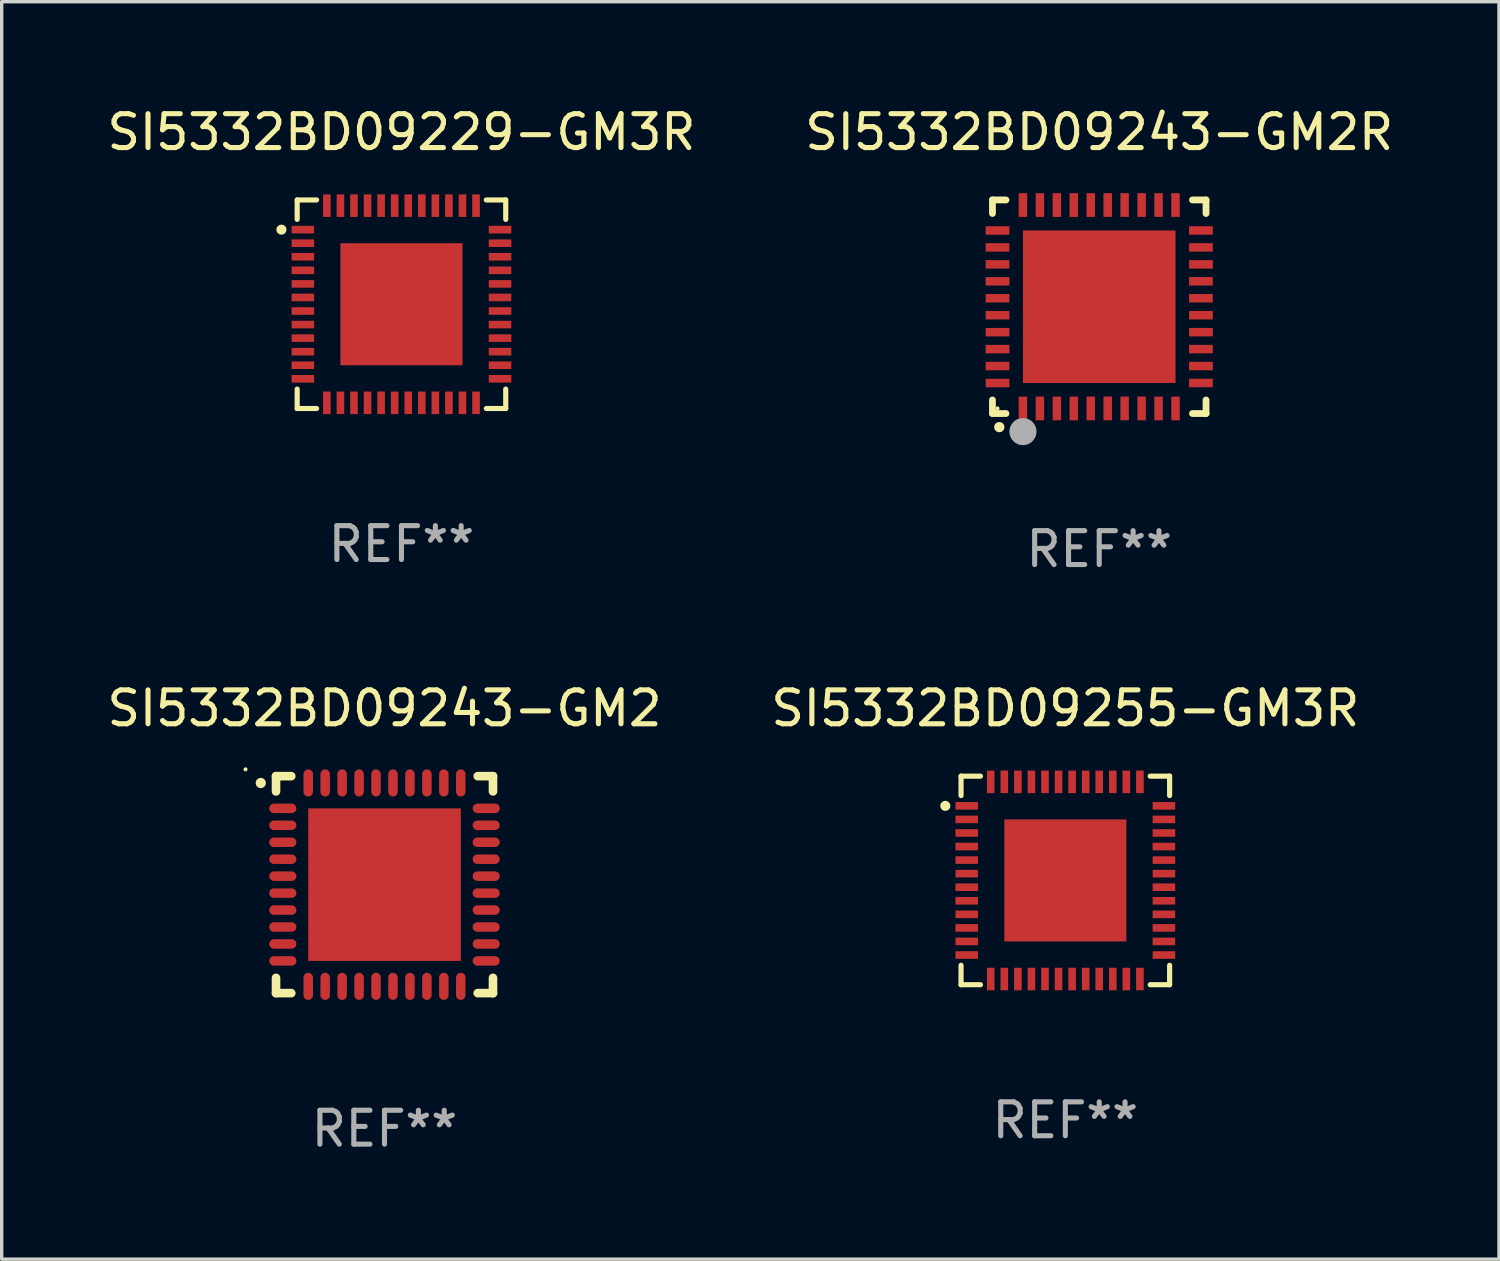
<source format=kicad_pcb>
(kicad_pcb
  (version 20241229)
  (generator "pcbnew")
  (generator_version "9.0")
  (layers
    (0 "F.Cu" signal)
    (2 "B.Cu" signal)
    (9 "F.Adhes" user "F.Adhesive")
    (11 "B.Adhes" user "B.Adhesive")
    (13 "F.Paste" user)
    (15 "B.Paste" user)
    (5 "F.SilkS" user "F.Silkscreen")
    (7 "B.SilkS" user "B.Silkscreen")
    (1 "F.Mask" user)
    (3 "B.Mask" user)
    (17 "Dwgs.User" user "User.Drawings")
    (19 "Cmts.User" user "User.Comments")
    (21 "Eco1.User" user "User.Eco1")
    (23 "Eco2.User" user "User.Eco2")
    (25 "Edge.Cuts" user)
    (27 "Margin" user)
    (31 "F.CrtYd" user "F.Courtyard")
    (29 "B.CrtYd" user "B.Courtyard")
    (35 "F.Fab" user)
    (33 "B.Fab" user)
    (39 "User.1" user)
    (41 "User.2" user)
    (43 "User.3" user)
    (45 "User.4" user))
  (footprint "SI5332BD09229-GM3R"
    (layer "F.Cu")
    (at 8.792 5.924)
    (property "Reference" "SI5332BD09229-GM3R" (at 0 -5.076 0) (layer "F.SilkS") (effects (font (size 1 1) (thickness 0.15))))
    (attr through_hole)
    (fp_line (start -3.076 -3.076) (end -3.076 -2.503) (stroke (width 0.152) (type solid)) (layer "F.SilkS"))
    (fp_line (start -3.076 3.076) (end -3.076 2.503) (stroke (width 0.152) (type solid)) (layer "F.SilkS"))
    (fp_line (start -2.503 -3.076) (end -3.076 -3.076) (stroke (width 0.152) (type solid)) (layer "F.SilkS"))
    (fp_line (start -2.503 3.076) (end -3.076 3.076) (stroke (width 0.152) (type solid)) (layer "F.SilkS"))
    (fp_line (start 2.503 -3.076) (end 3.076 -3.076) (stroke (width 0.152) (type solid)) (layer "F.SilkS"))
    (fp_line (start 2.503 3.076) (end 3.076 3.076) (stroke (width 0.152) (type solid)) (layer "F.SilkS"))
    (fp_line (start 3.076 -3.076) (end 3.076 -2.503) (stroke (width 0.152) (type solid)) (layer "F.SilkS"))
    (fp_line (start 3.076 3.076) (end 3.076 2.503) (stroke (width 0.152) (type solid)) (layer "F.SilkS"))
    (fp_circle (center -3.54 -2.2) (end -3.465 -2.2) (stroke (width 0.15) (type solid)) (fill no) (layer "F.SilkS"))
    (fp_text user "REF**" (at 0 7.076 0) (layer "F.Fab") (effects (font (size 1 1) (thickness 0.15))))
    (pad "1" smd rect (at -2.908 -2.2) (size 0.665 0.224) (layers "F.Cu" "F.Mask" "F.Paste"))
    (pad "2" smd rect (at -2.908 -1.8) (size 0.665 0.224) (layers "F.Cu" "F.Mask" "F.Paste"))
    (pad "3" smd rect (at -2.908 -1.4) (size 0.665 0.224) (layers "F.Cu" "F.Mask" "F.Paste"))
    (pad "4" smd rect (at -2.908 -1) (size 0.665 0.224) (layers "F.Cu" "F.Mask" "F.Paste"))
    (pad "5" smd rect (at -2.908 -0.6) (size 0.665 0.224) (layers "F.Cu" "F.Mask" "F.Paste"))
    (pad "6" smd rect (at -2.908 -0.2) (size 0.665 0.224) (layers "F.Cu" "F.Mask" "F.Paste"))
    (pad "7" smd rect (at -2.908 0.2) (size 0.665 0.224) (layers "F.Cu" "F.Mask" "F.Paste"))
    (pad "8" smd rect (at -2.908 0.6) (size 0.665 0.224) (layers "F.Cu" "F.Mask" "F.Paste"))
    (pad "9" smd rect (at -2.908 1) (size 0.665 0.224) (layers "F.Cu" "F.Mask" "F.Paste"))
    (pad "10" smd rect (at -2.908 1.4) (size 0.665 0.224) (layers "F.Cu" "F.Mask" "F.Paste"))
    (pad "11" smd rect (at -2.908 1.8) (size 0.665 0.224) (layers "F.Cu" "F.Mask" "F.Paste"))
    (pad "12" smd rect (at -2.908 2.2) (size 0.665 0.224) (layers "F.Cu" "F.Mask" "F.Paste"))
    (pad "13" smd rect (at -2.2 2.908) (size 0.224 0.665) (layers "F.Cu" "F.Mask" "F.Paste"))
    (pad "14" smd rect (at -1.8 2.908) (size 0.224 0.665) (layers "F.Cu" "F.Mask" "F.Paste"))
    (pad "15" smd rect (at -1.4 2.908) (size 0.224 0.665) (layers "F.Cu" "F.Mask" "F.Paste"))
    (pad "16" smd rect (at -1 2.908) (size 0.224 0.665) (layers "F.Cu" "F.Mask" "F.Paste"))
    (pad "17" smd rect (at -0.6 2.908) (size 0.224 0.665) (layers "F.Cu" "F.Mask" "F.Paste"))
    (pad "18" smd rect (at -0.2 2.908) (size 0.224 0.665) (layers "F.Cu" "F.Mask" "F.Paste"))
    (pad "19" smd rect (at 0.2 2.908) (size 0.224 0.665) (layers "F.Cu" "F.Mask" "F.Paste"))
    (pad "20" smd rect (at 0.6 2.908) (size 0.224 0.665) (layers "F.Cu" "F.Mask" "F.Paste"))
    (pad "21" smd rect (at 1 2.908) (size 0.224 0.665) (layers "F.Cu" "F.Mask" "F.Paste"))
    (pad "22" smd rect (at 1.4 2.908) (size 0.224 0.665) (layers "F.Cu" "F.Mask" "F.Paste"))
    (pad "23" smd rect (at 1.8 2.908) (size 0.224 0.665) (layers "F.Cu" "F.Mask" "F.Paste"))
    (pad "24" smd rect (at 2.2 2.908) (size 0.224 0.665) (layers "F.Cu" "F.Mask" "F.Paste"))
    (pad "25" smd rect (at 2.908 2.2) (size 0.665 0.224) (layers "F.Cu" "F.Mask" "F.Paste"))
    (pad "26" smd rect (at 2.908 1.8) (size 0.665 0.224) (layers "F.Cu" "F.Mask" "F.Paste"))
    (pad "27" smd rect (at 2.908 1.4) (size 0.665 0.224) (layers "F.Cu" "F.Mask" "F.Paste"))
    (pad "28" smd rect (at 2.908 1) (size 0.665 0.224) (layers "F.Cu" "F.Mask" "F.Paste"))
    (pad "29" smd rect (at 2.908 0.6) (size 0.665 0.224) (layers "F.Cu" "F.Mask" "F.Paste"))
    (pad "30" smd rect (at 2.908 0.2) (size 0.665 0.224) (layers "F.Cu" "F.Mask" "F.Paste"))
    (pad "31" smd rect (at 2.908 -0.2) (size 0.665 0.224) (layers "F.Cu" "F.Mask" "F.Paste"))
    (pad "32" smd rect (at 2.908 -0.6) (size 0.665 0.224) (layers "F.Cu" "F.Mask" "F.Paste"))
    (pad "33" smd rect (at 2.908 -1) (size 0.665 0.224) (layers "F.Cu" "F.Mask" "F.Paste"))
    (pad "34" smd rect (at 2.908 -1.4) (size 0.665 0.224) (layers "F.Cu" "F.Mask" "F.Paste"))
    (pad "35" smd rect (at 2.908 -1.8) (size 0.665 0.224) (layers "F.Cu" "F.Mask" "F.Paste"))
    (pad "36" smd rect (at 2.908 -2.2) (size 0.665 0.224) (layers "F.Cu" "F.Mask" "F.Paste"))
    (pad "37" smd rect (at 2.2 -2.908) (size 0.224 0.665) (layers "F.Cu" "F.Mask" "F.Paste"))
    (pad "38" smd rect (at 1.8 -2.908) (size 0.224 0.665) (layers "F.Cu" "F.Mask" "F.Paste"))
    (pad "39" smd rect (at 1.4 -2.908) (size 0.224 0.665) (layers "F.Cu" "F.Mask" "F.Paste"))
    (pad "40" smd rect (at 1 -2.908) (size 0.224 0.665) (layers "F.Cu" "F.Mask" "F.Paste"))
    (pad "41" smd rect (at 0.6 -2.908) (size 0.224 0.665) (layers "F.Cu" "F.Mask" "F.Paste"))
    (pad "42" smd rect (at 0.2 -2.908) (size 0.224 0.665) (layers "F.Cu" "F.Mask" "F.Paste"))
    (pad "43" smd rect (at -0.2 -2.908) (size 0.224 0.665) (layers "F.Cu" "F.Mask" "F.Paste"))
    (pad "44" smd rect (at -0.6 -2.908) (size 0.224 0.665) (layers "F.Cu" "F.Mask" "F.Paste"))
    (pad "45" smd rect (at -1 -2.908) (size 0.224 0.665) (layers "F.Cu" "F.Mask" "F.Paste"))
    (pad "46" smd rect (at -1.4 -2.908) (size 0.224 0.665) (layers "F.Cu" "F.Mask" "F.Paste"))
    (pad "47" smd rect (at -1.8 -2.908) (size 0.224 0.665) (layers "F.Cu" "F.Mask" "F.Paste"))
    (pad "48" smd rect (at -2.2 -2.908) (size 0.224 0.665) (layers "F.Cu" "F.Mask" "F.Paste"))
    (pad "49" smd rect (at 0 0) (size 3.6 3.6) (layers "F.Cu" "F.Mask" "F.Paste")))
  (footprint "SI5332BD09243-GM2R"
    (layer "F.Cu")
    (at 29.375 5.998)
    (property "Reference" "SI5332BD09243-GM2R" (at 0 -5.15 0) (layer "F.SilkS") (effects (font (size 1 1) (thickness 0.15))))
    (attr through_hole)
    (fp_line (start -3.15 -3.15) (end -2.75 -3.15) (stroke (width 0.2) (type solid)) (layer "F.SilkS"))
    (fp_line (start -3.15 -2.75) (end -3.15 -3.15) (stroke (width 0.2) (type solid)) (layer "F.SilkS"))
    (fp_line (start -3.15 3.15) (end -3.15 2.75) (stroke (width 0.2) (type solid)) (layer "F.SilkS"))
    (fp_line (start -2.75 3.15) (end -3.15 3.15) (stroke (width 0.2) (type solid)) (layer "F.SilkS"))
    (fp_line (start 3.15 -3.15) (end 2.75 -3.15) (stroke (width 0.2) (type solid)) (layer "F.SilkS"))
    (fp_line (start 3.15 -2.75) (end 3.15 -3.15) (stroke (width 0.2) (type solid)) (layer "F.SilkS"))
    (fp_line (start 3.15 2.75) (end 3.15 3.15) (stroke (width 0.2) (type solid)) (layer "F.SilkS"))
    (fp_line (start 3.15 3.15) (end 2.75 3.15) (stroke (width 0.2) (type solid)) (layer "F.SilkS"))
    (fp_arc (start -2.94892 3.550927) (mid -2.94765 3.550922) (end -2.94638 3.550927) (stroke (width 0.3) (type solid)) (layer "F.SilkS"))
    (fp_circle (center -3 3) (end -2.97 3) (stroke (width 0.06) (type solid)) (fill no) (layer "F.SilkS"))
    (fp_circle (center -2.25 3.683) (end -2.05 3.683) (stroke (width 0.4) (type solid)) (fill no) (layer "F.Fab"))
    (fp_text user "REF**" (at 0 7.15 0) (layer "F.Fab") (effects (font (size 1 1) (thickness 0.15))))
    (pad "1" smd rect (at -2.25 3 180) (size 0.25 0.7) (layers "F.Cu" "F.Mask" "F.Paste"))
    (pad "2" smd rect (at -1.75 3 180) (size 0.25 0.7) (layers "F.Cu" "F.Mask" "F.Paste"))
    (pad "3" smd rect (at -1.25 3 180) (size 0.25 0.7) (layers "F.Cu" "F.Mask" "F.Paste"))
    (pad "4" smd rect (at -0.75 3 180) (size 0.25 0.7) (layers "F.Cu" "F.Mask" "F.Paste"))
    (pad "5" smd rect (at -0.25 3 180) (size 0.25 0.7) (layers "F.Cu" "F.Mask" "F.Paste"))
    (pad "6" smd rect (at 0.25 3 180) (size 0.25 0.7) (layers "F.Cu" "F.Mask" "F.Paste"))
    (pad "7" smd rect (at 0.75 3 180) (size 0.25 0.7) (layers "F.Cu" "F.Mask" "F.Paste"))
    (pad "8" smd rect (at 1.25 3 180) (size 0.25 0.7) (layers "F.Cu" "F.Mask" "F.Paste"))
    (pad "9" smd rect (at 1.75 3 180) (size 0.25 0.7) (layers "F.Cu" "F.Mask" "F.Paste"))
    (pad "10" smd rect (at 2.25 3 180) (size 0.25 0.7) (layers "F.Cu" "F.Mask" "F.Paste"))
    (pad "11" smd rect (at 3 2.25 90) (size 0.25 0.7) (layers "F.Cu" "F.Mask" "F.Paste"))
    (pad "12" smd rect (at 3 1.75 90) (size 0.25 0.7) (layers "F.Cu" "F.Mask" "F.Paste"))
    (pad "13" smd rect (at 3 1.25 90) (size 0.25 0.7) (layers "F.Cu" "F.Mask" "F.Paste"))
    (pad "14" smd rect (at 3 0.75 90) (size 0.25 0.7) (layers "F.Cu" "F.Mask" "F.Paste"))
    (pad "15" smd rect (at 3 0.25 90) (size 0.25 0.7) (layers "F.Cu" "F.Mask" "F.Paste"))
    (pad "16" smd rect (at 3 -0.25 90) (size 0.25 0.7) (layers "F.Cu" "F.Mask" "F.Paste"))
    (pad "17" smd rect (at 3 -0.75 90) (size 0.25 0.7) (layers "F.Cu" "F.Mask" "F.Paste"))
    (pad "18" smd rect (at 3 -1.25 90) (size 0.25 0.7) (layers "F.Cu" "F.Mask" "F.Paste"))
    (pad "19" smd rect (at 3 -1.75 90) (size 0.25 0.7) (layers "F.Cu" "F.Mask" "F.Paste"))
    (pad "20" smd rect (at 3 -2.25 90) (size 0.25 0.7) (layers "F.Cu" "F.Mask" "F.Paste"))
    (pad "21" smd rect (at 2.25 -3 180) (size 0.25 0.7) (layers "F.Cu" "F.Mask" "F.Paste"))
    (pad "22" smd rect (at 1.75 -3 180) (size 0.25 0.7) (layers "F.Cu" "F.Mask" "F.Paste"))
    (pad "23" smd rect (at 1.25 -3 180) (size 0.25 0.7) (layers "F.Cu" "F.Mask" "F.Paste"))
    (pad "24" smd rect (at 0.75 -3 180) (size 0.25 0.7) (layers "F.Cu" "F.Mask" "F.Paste"))
    (pad "25" smd rect (at 0.25 -3 180) (size 0.25 0.7) (layers "F.Cu" "F.Mask" "F.Paste"))
    (pad "26" smd rect (at -0.25 -3 180) (size 0.25 0.7) (layers "F.Cu" "F.Mask" "F.Paste"))
    (pad "27" smd rect (at -0.75 -3 180) (size 0.25 0.7) (layers "F.Cu" "F.Mask" "F.Paste"))
    (pad "28" smd rect (at -1.25 -3 180) (size 0.25 0.7) (layers "F.Cu" "F.Mask" "F.Paste"))
    (pad "29" smd rect (at -1.75 -3 180) (size 0.25 0.7) (layers "F.Cu" "F.Mask" "F.Paste"))
    (pad "30" smd rect (at -2.25 -3 180) (size 0.25 0.7) (layers "F.Cu" "F.Mask" "F.Paste"))
    (pad "31" smd rect (at -3 -2.25 90) (size 0.25 0.7) (layers "F.Cu" "F.Mask" "F.Paste"))
    (pad "32" smd rect (at -3 -1.75 90) (size 0.25 0.7) (layers "F.Cu" "F.Mask" "F.Paste"))
    (pad "33" smd rect (at -3 -1.25 90) (size 0.25 0.7) (layers "F.Cu" "F.Mask" "F.Paste"))
    (pad "34" smd rect (at -3 -0.75 90) (size 0.25 0.7) (layers "F.Cu" "F.Mask" "F.Paste"))
    (pad "35" smd rect (at -3 -0.25 90) (size 0.25 0.7) (layers "F.Cu" "F.Mask" "F.Paste"))
    (pad "36" smd rect (at -3 0.25 90) (size 0.25 0.7) (layers "F.Cu" "F.Mask" "F.Paste"))
    (pad "37" smd rect (at -3 0.75 90) (size 0.25 0.7) (layers "F.Cu" "F.Mask" "F.Paste"))
    (pad "38" smd rect (at -3 1.25 90) (size 0.25 0.7) (layers "F.Cu" "F.Mask" "F.Paste"))
    (pad "39" smd rect (at -3 1.75 90) (size 0.25 0.7) (layers "F.Cu" "F.Mask" "F.Paste"))
    (pad "40" smd rect (at -3 2.25 90) (size 0.25 0.7) (layers "F.Cu" "F.Mask" "F.Paste"))
    (pad "41" smd rect (at 0.000102 0.000076 90) (size 4.5 4.5) (layers "F.Cu" "F.Mask" "F.Paste")))
  (footprint "SI5332BD09243-GM2"
    (layer "F.Cu")
    (at 8.292 23.045)
    (property "Reference" "SI5332BD09243-GM2" (at 0 -5.2 0) (layer "F.SilkS") (effects (font (size 1 1) (thickness 0.15))))
    (attr through_hole)
    (fp_line (start -3.2 -3.2) (end -2.75 -3.2) (stroke (width 0.254) (type solid)) (layer "F.SilkS"))
    (fp_line (start -3.2 -2.75) (end -3.2 -3.2) (stroke (width 0.254) (type solid)) (layer "F.SilkS"))
    (fp_line (start -3.2 3.2) (end -3.2 2.75) (stroke (width 0.254) (type solid)) (layer "F.SilkS"))
    (fp_line (start -2.75 3.2) (end -3.2 3.2) (stroke (width 0.254) (type solid)) (layer "F.SilkS"))
    (fp_line (start 2.75 3.2) (end 3.2 3.2) (stroke (width 0.254) (type solid)) (layer "F.SilkS"))
    (fp_line (start 3.2 -3.2) (end 2.75 -3.2) (stroke (width 0.254) (type solid)) (layer "F.SilkS"))
    (fp_line (start 3.2 -2.75) (end 3.2 -3.2) (stroke (width 0.254) (type solid)) (layer "F.SilkS"))
    (fp_line (start 3.2 3.2) (end 3.2 2.75) (stroke (width 0.254) (type solid)) (layer "F.SilkS"))
    (fp_arc (start -3.649987 -2.997206) (mid -3.649992 -2.998476) (end -3.649987 -2.999746) (stroke (width 0.3) (type solid)) (layer "F.SilkS"))
    (fp_circle (center -4.1 -3.4) (end -4.07 -3.4) (stroke (width 0.06) (type solid)) (fill no) (layer "F.SilkS"))
    (fp_text user "REF**" (at 0 7.2 0) (layer "F.Fab") (effects (font (size 1 1) (thickness 0.15))))
    (pad "1" smd oval (at -3 -2.25 90) (size 0.28 0.8) (layers "F.Cu" "F.Mask" "F.Paste"))
    (pad "2" smd oval (at -3 -1.75 90) (size 0.28 0.8) (layers "F.Cu" "F.Mask" "F.Paste"))
    (pad "3" smd oval (at -3 -1.25 90) (size 0.28 0.8) (layers "F.Cu" "F.Mask" "F.Paste"))
    (pad "4" smd oval (at -3 -0.75 90) (size 0.28 0.8) (layers "F.Cu" "F.Mask" "F.Paste"))
    (pad "5" smd oval (at -3 -0.25 90) (size 0.28 0.8) (layers "F.Cu" "F.Mask" "F.Paste"))
    (pad "6" smd oval (at -3 0.25 90) (size 0.28 0.8) (layers "F.Cu" "F.Mask" "F.Paste"))
    (pad "7" smd oval (at -3 0.75 90) (size 0.28 0.8) (layers "F.Cu" "F.Mask" "F.Paste"))
    (pad "8" smd oval (at -3 1.25 90) (size 0.28 0.8) (layers "F.Cu" "F.Mask" "F.Paste"))
    (pad "9" smd oval (at -3 1.75 90) (size 0.28 0.8) (layers "F.Cu" "F.Mask" "F.Paste"))
    (pad "10" smd oval (at -3 2.25 90) (size 0.28 0.8) (layers "F.Cu" "F.Mask" "F.Paste"))
    (pad "11" smd oval (at -2.25 3) (size 0.28 0.8) (layers "F.Cu" "F.Mask" "F.Paste"))
    (pad "12" smd oval (at -1.75 3) (size 0.28 0.8) (layers "F.Cu" "F.Mask" "F.Paste"))
    (pad "13" smd oval (at -1.25 3) (size 0.28 0.8) (layers "F.Cu" "F.Mask" "F.Paste"))
    (pad "14" smd oval (at -0.75 3) (size 0.28 0.8) (layers "F.Cu" "F.Mask" "F.Paste"))
    (pad "15" smd oval (at -0.25 3) (size 0.28 0.8) (layers "F.Cu" "F.Mask" "F.Paste"))
    (pad "16" smd oval (at 0.25 3) (size 0.28 0.8) (layers "F.Cu" "F.Mask" "F.Paste"))
    (pad "17" smd oval (at 0.75 3) (size 0.28 0.8) (layers "F.Cu" "F.Mask" "F.Paste"))
    (pad "18" smd oval (at 1.25 3) (size 0.28 0.8) (layers "F.Cu" "F.Mask" "F.Paste"))
    (pad "19" smd oval (at 1.75 3) (size 0.28 0.8) (layers "F.Cu" "F.Mask" "F.Paste"))
    (pad "20" smd oval (at 2.25 3) (size 0.28 0.8) (layers "F.Cu" "F.Mask" "F.Paste"))
    (pad "21" smd oval (at 3 2.25 90) (size 0.28 0.8) (layers "F.Cu" "F.Mask" "F.Paste"))
    (pad "22" smd oval (at 3 1.75 90) (size 0.28 0.8) (layers "F.Cu" "F.Mask" "F.Paste"))
    (pad "23" smd oval (at 3 1.25 90) (size 0.28 0.8) (layers "F.Cu" "F.Mask" "F.Paste"))
    (pad "24" smd oval (at 3 0.75 90) (size 0.28 0.8) (layers "F.Cu" "F.Mask" "F.Paste"))
    (pad "25" smd oval (at 3 0.25 90) (size 0.28 0.8) (layers "F.Cu" "F.Mask" "F.Paste"))
    (pad "26" smd oval (at 3 -0.25 90) (size 0.28 0.8) (layers "F.Cu" "F.Mask" "F.Paste"))
    (pad "27" smd oval (at 3 -0.75 90) (size 0.28 0.8) (layers "F.Cu" "F.Mask" "F.Paste"))
    (pad "28" smd oval (at 3 -1.25 90) (size 0.28 0.8) (layers "F.Cu" "F.Mask" "F.Paste"))
    (pad "29" smd oval (at 3 -1.75 90) (size 0.28 0.8) (layers "F.Cu" "F.Mask" "F.Paste"))
    (pad "30" smd oval (at 3 -2.25 90) (size 0.28 0.8) (layers "F.Cu" "F.Mask" "F.Paste"))
    (pad "31" smd oval (at 2.25 -3) (size 0.28 0.8) (layers "F.Cu" "F.Mask" "F.Paste"))
    (pad "32" smd oval (at 1.75 -3) (size 0.28 0.8) (layers "F.Cu" "F.Mask" "F.Paste"))
    (pad "33" smd oval (at 1.25 -3) (size 0.28 0.8) (layers "F.Cu" "F.Mask" "F.Paste"))
    (pad "34" smd oval (at 0.75 -3) (size 0.28 0.8) (layers "F.Cu" "F.Mask" "F.Paste"))
    (pad "35" smd oval (at 0.25 -3) (size 0.28 0.8) (layers "F.Cu" "F.Mask" "F.Paste"))
    (pad "36" smd oval (at -0.25 -3) (size 0.28 0.8) (layers "F.Cu" "F.Mask" "F.Paste"))
    (pad "37" smd oval (at -0.75 -3) (size 0.28 0.8) (layers "F.Cu" "F.Mask" "F.Paste"))
    (pad "38" smd oval (at -1.25 -3) (size 0.28 0.8) (layers "F.Cu" "F.Mask" "F.Paste"))
    (pad "39" smd oval (at -1.75 -3) (size 0.28 0.8) (layers "F.Cu" "F.Mask" "F.Paste"))
    (pad "40" smd oval (at -2.25 -3) (size 0.28 0.8) (layers "F.Cu" "F.Mask" "F.Paste"))
    (pad "41" smd rect (at 0 0) (size 4.5 4.5) (layers "F.Cu" "F.Mask" "F.Paste")))
  (footprint "SI5332BD09255-GM3R"
    (layer "F.Cu")
    (at 28.375 22.921)
    (property "Reference" "SI5332BD09255-GM3R" (at 0 -5.076 0) (layer "F.SilkS") (effects (font (size 1 1) (thickness 0.15))))
    (attr through_hole)
    (fp_line (start -3.076 -3.076) (end -3.076 -2.503) (stroke (width 0.152) (type solid)) (layer "F.SilkS"))
    (fp_line (start -3.076 3.076) (end -3.076 2.503) (stroke (width 0.152) (type solid)) (layer "F.SilkS"))
    (fp_line (start -2.503 -3.076) (end -3.076 -3.076) (stroke (width 0.152) (type solid)) (layer "F.SilkS"))
    (fp_line (start -2.503 3.076) (end -3.076 3.076) (stroke (width 0.152) (type solid)) (layer "F.SilkS"))
    (fp_line (start 2.503 -3.076) (end 3.076 -3.076) (stroke (width 0.152) (type solid)) (layer "F.SilkS"))
    (fp_line (start 2.503 3.076) (end 3.076 3.076) (stroke (width 0.152) (type solid)) (layer "F.SilkS"))
    (fp_line (start 3.076 -3.076) (end 3.076 -2.503) (stroke (width 0.152) (type solid)) (layer "F.SilkS"))
    (fp_line (start 3.076 3.076) (end 3.076 2.503) (stroke (width 0.152) (type solid)) (layer "F.SilkS"))
    (fp_circle (center -3.54 -2.2) (end -3.465 -2.2) (stroke (width 0.15) (type solid)) (fill no) (layer "F.SilkS"))
    (fp_text user "REF**" (at 0 7.076 0) (layer "F.Fab") (effects (font (size 1 1) (thickness 0.15))))
    (pad "1" smd rect (at -2.908 -2.2) (size 0.665 0.224) (layers "F.Cu" "F.Mask" "F.Paste"))
    (pad "2" smd rect (at -2.908 -1.8) (size 0.665 0.224) (layers "F.Cu" "F.Mask" "F.Paste"))
    (pad "3" smd rect (at -2.908 -1.4) (size 0.665 0.224) (layers "F.Cu" "F.Mask" "F.Paste"))
    (pad "4" smd rect (at -2.908 -1) (size 0.665 0.224) (layers "F.Cu" "F.Mask" "F.Paste"))
    (pad "5" smd rect (at -2.908 -0.6) (size 0.665 0.224) (layers "F.Cu" "F.Mask" "F.Paste"))
    (pad "6" smd rect (at -2.908 -0.2) (size 0.665 0.224) (layers "F.Cu" "F.Mask" "F.Paste"))
    (pad "7" smd rect (at -2.908 0.2) (size 0.665 0.224) (layers "F.Cu" "F.Mask" "F.Paste"))
    (pad "8" smd rect (at -2.908 0.6) (size 0.665 0.224) (layers "F.Cu" "F.Mask" "F.Paste"))
    (pad "9" smd rect (at -2.908 1) (size 0.665 0.224) (layers "F.Cu" "F.Mask" "F.Paste"))
    (pad "10" smd rect (at -2.908 1.4) (size 0.665 0.224) (layers "F.Cu" "F.Mask" "F.Paste"))
    (pad "11" smd rect (at -2.908 1.8) (size 0.665 0.224) (layers "F.Cu" "F.Mask" "F.Paste"))
    (pad "12" smd rect (at -2.908 2.2) (size 0.665 0.224) (layers "F.Cu" "F.Mask" "F.Paste"))
    (pad "13" smd rect (at -2.2 2.908) (size 0.224 0.665) (layers "F.Cu" "F.Mask" "F.Paste"))
    (pad "14" smd rect (at -1.8 2.908) (size 0.224 0.665) (layers "F.Cu" "F.Mask" "F.Paste"))
    (pad "15" smd rect (at -1.4 2.908) (size 0.224 0.665) (layers "F.Cu" "F.Mask" "F.Paste"))
    (pad "16" smd rect (at -1 2.908) (size 0.224 0.665) (layers "F.Cu" "F.Mask" "F.Paste"))
    (pad "17" smd rect (at -0.6 2.908) (size 0.224 0.665) (layers "F.Cu" "F.Mask" "F.Paste"))
    (pad "18" smd rect (at -0.2 2.908) (size 0.224 0.665) (layers "F.Cu" "F.Mask" "F.Paste"))
    (pad "19" smd rect (at 0.2 2.908) (size 0.224 0.665) (layers "F.Cu" "F.Mask" "F.Paste"))
    (pad "20" smd rect (at 0.6 2.908) (size 0.224 0.665) (layers "F.Cu" "F.Mask" "F.Paste"))
    (pad "21" smd rect (at 1 2.908) (size 0.224 0.665) (layers "F.Cu" "F.Mask" "F.Paste"))
    (pad "22" smd rect (at 1.4 2.908) (size 0.224 0.665) (layers "F.Cu" "F.Mask" "F.Paste"))
    (pad "23" smd rect (at 1.8 2.908) (size 0.224 0.665) (layers "F.Cu" "F.Mask" "F.Paste"))
    (pad "24" smd rect (at 2.2 2.908) (size 0.224 0.665) (layers "F.Cu" "F.Mask" "F.Paste"))
    (pad "25" smd rect (at 2.908 2.2) (size 0.665 0.224) (layers "F.Cu" "F.Mask" "F.Paste"))
    (pad "26" smd rect (at 2.908 1.8) (size 0.665 0.224) (layers "F.Cu" "F.Mask" "F.Paste"))
    (pad "27" smd rect (at 2.908 1.4) (size 0.665 0.224) (layers "F.Cu" "F.Mask" "F.Paste"))
    (pad "28" smd rect (at 2.908 1) (size 0.665 0.224) (layers "F.Cu" "F.Mask" "F.Paste"))
    (pad "29" smd rect (at 2.908 0.6) (size 0.665 0.224) (layers "F.Cu" "F.Mask" "F.Paste"))
    (pad "30" smd rect (at 2.908 0.2) (size 0.665 0.224) (layers "F.Cu" "F.Mask" "F.Paste"))
    (pad "31" smd rect (at 2.908 -0.2) (size 0.665 0.224) (layers "F.Cu" "F.Mask" "F.Paste"))
    (pad "32" smd rect (at 2.908 -0.6) (size 0.665 0.224) (layers "F.Cu" "F.Mask" "F.Paste"))
    (pad "33" smd rect (at 2.908 -1) (size 0.665 0.224) (layers "F.Cu" "F.Mask" "F.Paste"))
    (pad "34" smd rect (at 2.908 -1.4) (size 0.665 0.224) (layers "F.Cu" "F.Mask" "F.Paste"))
    (pad "35" smd rect (at 2.908 -1.8) (size 0.665 0.224) (layers "F.Cu" "F.Mask" "F.Paste"))
    (pad "36" smd rect (at 2.908 -2.2) (size 0.665 0.224) (layers "F.Cu" "F.Mask" "F.Paste"))
    (pad "37" smd rect (at 2.2 -2.908) (size 0.224 0.665) (layers "F.Cu" "F.Mask" "F.Paste"))
    (pad "38" smd rect (at 1.8 -2.908) (size 0.224 0.665) (layers "F.Cu" "F.Mask" "F.Paste"))
    (pad "39" smd rect (at 1.4 -2.908) (size 0.224 0.665) (layers "F.Cu" "F.Mask" "F.Paste"))
    (pad "40" smd rect (at 1 -2.908) (size 0.224 0.665) (layers "F.Cu" "F.Mask" "F.Paste"))
    (pad "41" smd rect (at 0.6 -2.908) (size 0.224 0.665) (layers "F.Cu" "F.Mask" "F.Paste"))
    (pad "42" smd rect (at 0.2 -2.908) (size 0.224 0.665) (layers "F.Cu" "F.Mask" "F.Paste"))
    (pad "43" smd rect (at -0.2 -2.908) (size 0.224 0.665) (layers "F.Cu" "F.Mask" "F.Paste"))
    (pad "44" smd rect (at -0.6 -2.908) (size 0.224 0.665) (layers "F.Cu" "F.Mask" "F.Paste"))
    (pad "45" smd rect (at -1 -2.908) (size 0.224 0.665) (layers "F.Cu" "F.Mask" "F.Paste"))
    (pad "46" smd rect (at -1.4 -2.908) (size 0.224 0.665) (layers "F.Cu" "F.Mask" "F.Paste"))
    (pad "47" smd rect (at -1.8 -2.908) (size 0.224 0.665) (layers "F.Cu" "F.Mask" "F.Paste"))
    (pad "48" smd rect (at -2.2 -2.908) (size 0.224 0.665) (layers "F.Cu" "F.Mask" "F.Paste"))
    (pad "49" smd rect (at 0 0) (size 3.6 3.6) (layers "F.Cu" "F.Mask" "F.Paste")))
  (gr_rect
    (start -3 -3)
    (end 41.167 34.093)
    (stroke (width 0.1) (type default))
    (fill no)
    (layer "Edge.Cuts")))
</source>
